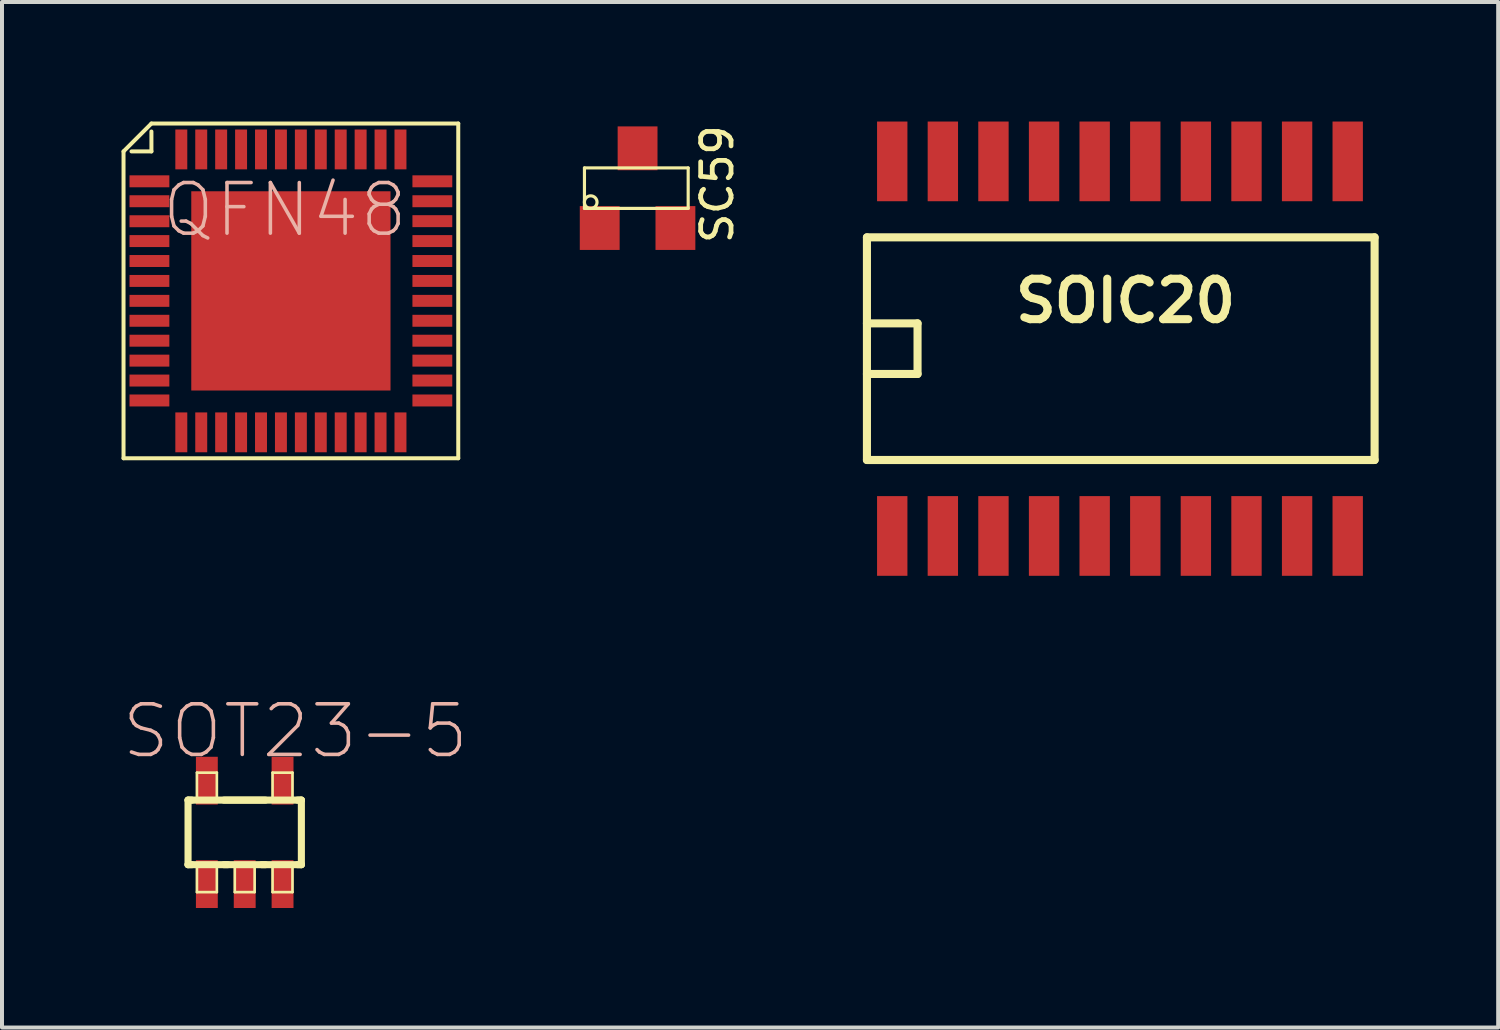
<source format=kicad_pcb>
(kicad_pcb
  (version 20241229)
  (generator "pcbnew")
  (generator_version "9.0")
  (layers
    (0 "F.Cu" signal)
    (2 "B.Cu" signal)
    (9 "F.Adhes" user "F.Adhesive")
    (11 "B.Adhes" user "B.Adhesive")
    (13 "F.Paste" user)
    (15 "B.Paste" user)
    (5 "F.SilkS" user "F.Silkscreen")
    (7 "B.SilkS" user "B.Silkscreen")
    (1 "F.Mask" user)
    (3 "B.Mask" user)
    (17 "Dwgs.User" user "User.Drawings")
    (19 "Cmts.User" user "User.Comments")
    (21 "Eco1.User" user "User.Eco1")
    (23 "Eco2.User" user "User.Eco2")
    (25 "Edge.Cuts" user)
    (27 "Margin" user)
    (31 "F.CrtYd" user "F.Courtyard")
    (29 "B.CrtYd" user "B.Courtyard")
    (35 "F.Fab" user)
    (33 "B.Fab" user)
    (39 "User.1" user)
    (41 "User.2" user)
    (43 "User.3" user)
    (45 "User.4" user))
  (footprint "SC59"
    (layer "F.Cu")
    (at 12.95 1.672)
    (property "Reference" "SC59" (at 1.999 -0.099 90) (layer "F.SilkS") (effects (font (size 0.762 0.762) (thickness 0.119))))
    (attr smd)
    (fp_line (start -1.333 -0.508) (end -1.333 0.508) (stroke (width 0.079) (type solid)) (layer "F.SilkS"))
    (fp_line (start -1.333 -0.508) (end 1.27 -0.508) (stroke (width 0.079) (type solid)) (layer "F.SilkS"))
    (fp_line (start 1.27 -0.508) (end 1.27 0.508) (stroke (width 0.079) (type solid)) (layer "F.SilkS"))
    (fp_line (start 1.27 0.508) (end -1.333 0.508) (stroke (width 0.079) (type solid)) (layer "F.SilkS"))
    (fp_circle (center -1.176 0.351) (end -1.3 0.45) (stroke (width 0.079) (type solid)) (fill no) (layer "F.SilkS"))
    (pad "1" smd rect (at -0.95 1) (size 1 1.1) (layers "F.Cu" "F.Mask" "F.Paste"))
    (pad "2" smd rect (at 0.95 1) (size 1 1.1) (layers "F.Cu" "F.Mask" "F.Paste"))
    (pad "3" smd rect (at 0 -1) (size 1 1.1) (layers "F.Cu" "F.Mask" "F.Paste")))
  (footprint "SOIC20"
    (layer "F.Cu")
    (at 25.056 5.7)
    (property "Reference" "SOIC20" (at 0.14 -1.2 0) (layer "F.SilkS") (effects (font (size 1.016 1.016) (thickness 0.203))))
    (attr smd)
    (fp_line (start -6.35 -2.794) (end -6.35 2.794) (stroke (width 0.203) (type solid)) (layer "F.SilkS"))
    (fp_line (start -6.35 -0.635) (end -5.08 -0.635) (stroke (width 0.203) (type solid)) (layer "F.SilkS"))
    (fp_line (start -6.35 2.794) (end 6.39 2.794) (stroke (width 0.203) (type solid)) (layer "F.SilkS"))
    (fp_line (start -5.08 -0.635) (end -5.08 0.635) (stroke (width 0.203) (type solid)) (layer "F.SilkS"))
    (fp_line (start -5.08 0.635) (end -6.35 0.635) (stroke (width 0.203) (type solid)) (layer "F.SilkS"))
    (fp_line (start 6.39 -2.794) (end -6.35 -2.794) (stroke (width 0.203) (type solid)) (layer "F.SilkS"))
    (fp_line (start 6.39 -2.794) (end 6.39 2.794) (stroke (width 0.203) (type solid)) (layer "F.SilkS"))
    (pad "1" smd rect (at -5.715 4.7) (size 0.762 2) (layers "F.Cu" "F.Mask" "F.Paste"))
    (pad "2" smd rect (at -4.445 4.7) (size 0.762 2) (layers "F.Cu" "F.Mask" "F.Paste"))
    (pad "3" smd rect (at -3.175 4.7) (size 0.762 2) (layers "F.Cu" "F.Mask" "F.Paste"))
    (pad "4" smd rect (at -1.905 4.7) (size 0.762 2) (layers "F.Cu" "F.Mask" "F.Paste"))
    (pad "5" smd rect (at -0.635 4.7) (size 0.762 2) (layers "F.Cu" "F.Mask" "F.Paste"))
    (pad "6" smd rect (at 0.635 4.7) (size 0.762 2) (layers "F.Cu" "F.Mask" "F.Paste"))
    (pad "7" smd rect (at 1.905 4.7) (size 0.762 2) (layers "F.Cu" "F.Mask" "F.Paste"))
    (pad "8" smd rect (at 3.175 4.7) (size 0.762 2) (layers "F.Cu" "F.Mask" "F.Paste"))
    (pad "9" smd rect (at 4.445 4.7) (size 0.762 2) (layers "F.Cu" "F.Mask" "F.Paste"))
    (pad "10" smd rect (at 5.715 4.7) (size 0.762 2) (layers "F.Cu" "F.Mask" "F.Paste"))
    (pad "11" smd rect (at 5.715 -4.7) (size 0.762 2) (layers "F.Cu" "F.Mask" "F.Paste"))
    (pad "12" smd rect (at 4.445 -4.7) (size 0.762 2) (layers "F.Cu" "F.Mask" "F.Paste"))
    (pad "13" smd rect (at 3.175 -4.7) (size 0.762 2) (layers "F.Cu" "F.Mask" "F.Paste"))
    (pad "14" smd rect (at 1.905 -4.7) (size 0.762 2) (layers "F.Cu" "F.Mask" "F.Paste"))
    (pad "15" smd rect (at 0.635 -4.7) (size 0.762 2) (layers "F.Cu" "F.Mask" "F.Paste"))
    (pad "16" smd rect (at -0.635 -4.7) (size 0.762 2) (layers "F.Cu" "F.Mask" "F.Paste"))
    (pad "17" smd rect (at -1.905 -4.7) (size 0.762 2) (layers "F.Cu" "F.Mask" "F.Paste"))
    (pad "18" smd rect (at -3.175 -4.7) (size 0.762 2) (layers "F.Cu" "F.Mask" "F.Paste"))
    (pad "19" smd rect (at -4.445 -4.7) (size 0.762 2) (layers "F.Cu" "F.Mask" "F.Paste"))
    (pad "20" smd rect (at -5.715 -4.7) (size 0.762 2) (layers "F.Cu" "F.Mask" "F.Paste")))
  (footprint "QFN48"
    (layer "F.Cu")
    (at 4.25 4.25)
    (property "Reference" "QFN48" (at -0.152 -2.032 0) (layer "B.SilkS") (effects (font (size 1.27 1.27) (thickness 0.089))))
    (attr smd)
    (fp_line (start -4.2 -3.5) (end -4.2 4.2) (stroke (width 0.1) (type solid)) (layer "F.SilkS"))
    (fp_line (start -4.2 4.2) (end 4.2 4.2) (stroke (width 0.1) (type solid)) (layer "F.SilkS"))
    (fp_line (start -4 -3.5) (end -3.5 -3.5) (stroke (width 0.1) (type solid)) (layer "F.SilkS"))
    (fp_line (start -3.5 -4.2) (end -4.2 -3.5) (stroke (width 0.1) (type solid)) (layer "F.SilkS"))
    (fp_line (start -3.5 -3.5) (end -3.5 -4) (stroke (width 0.1) (type solid)) (layer "F.SilkS"))
    (fp_line (start 4.2 -4.2) (end -3.5 -4.2) (stroke (width 0.1) (type solid)) (layer "F.SilkS"))
    (fp_line (start 4.2 4.2) (end 4.2 -4.2) (stroke (width 0.1) (type solid)) (layer "F.SilkS"))
    (pad "1" smd rect (at -3.55 -2.75) (size 1 0.3) (layers "F.Cu" "F.Mask" "F.Paste"))
    (pad "2" smd rect (at -3.55 -2.25) (size 1 0.3) (layers "F.Cu" "F.Mask" "F.Paste"))
    (pad "3" smd rect (at -3.55 -1.748) (size 1 0.3) (layers "F.Cu" "F.Mask" "F.Paste"))
    (pad "4" smd rect (at -3.55 -1.25) (size 1 0.3) (layers "F.Cu" "F.Mask" "F.Paste"))
    (pad "5" smd rect (at -3.55 -0.75) (size 1 0.3) (layers "F.Cu" "F.Mask" "F.Paste"))
    (pad "6" smd rect (at -3.55 -0.25) (size 1 0.3) (layers "F.Cu" "F.Mask" "F.Paste"))
    (pad "7" smd rect (at -3.55 0.25) (size 1 0.3) (layers "F.Cu" "F.Mask" "F.Paste"))
    (pad "8" smd rect (at -3.55 0.75) (size 1 0.3) (layers "F.Cu" "F.Mask" "F.Paste"))
    (pad "9" smd rect (at -3.55 1.25) (size 1 0.3) (layers "F.Cu" "F.Mask" "F.Paste"))
    (pad "10" smd rect (at -3.55 1.75) (size 1 0.3) (layers "F.Cu" "F.Mask" "F.Paste"))
    (pad "11" smd rect (at -3.55 2.25) (size 1 0.3) (layers "F.Cu" "F.Mask" "F.Paste"))
    (pad "12" smd rect (at -3.55 2.75) (size 1 0.3) (layers "F.Cu" "F.Mask" "F.Paste"))
    (pad "13" smd rect (at -2.75 3.55) (size 0.3 1) (layers "F.Cu" "F.Mask" "F.Paste"))
    (pad "14" smd rect (at -2.25 3.55) (size 0.3 1) (layers "F.Cu" "F.Mask" "F.Paste"))
    (pad "15" smd rect (at -1.75 3.55) (size 0.3 1) (layers "F.Cu" "F.Mask" "F.Paste"))
    (pad "16" smd rect (at -1.25 3.55) (size 0.3 1) (layers "F.Cu" "F.Mask" "F.Paste"))
    (pad "17" smd rect (at -0.75 3.55) (size 0.3 1) (layers "F.Cu" "F.Mask" "F.Paste"))
    (pad "18" smd rect (at -0.25 3.55) (size 0.3 1) (layers "F.Cu" "F.Mask" "F.Paste"))
    (pad "19" smd rect (at 0.25 3.55) (size 0.3 1) (layers "F.Cu" "F.Mask" "F.Paste"))
    (pad "20" smd rect (at 0.75 3.55) (size 0.3 1) (layers "F.Cu" "F.Mask" "F.Paste"))
    (pad "21" smd rect (at 1.25 3.55) (size 0.3 1) (layers "F.Cu" "F.Mask" "F.Paste"))
    (pad "22" smd rect (at 1.75 3.55) (size 0.3 1) (layers "F.Cu" "F.Mask" "F.Paste"))
    (pad "23" smd rect (at 2.25 3.55) (size 0.3 1) (layers "F.Cu" "F.Mask" "F.Paste"))
    (pad "24" smd rect (at 2.75 3.55) (size 0.3 1) (layers "F.Cu" "F.Mask" "F.Paste"))
    (pad "25" smd rect (at 3.55 2.75) (size 1 0.3) (layers "F.Cu" "F.Mask" "F.Paste"))
    (pad "26" smd rect (at 3.55 2.25) (size 1 0.3) (layers "F.Cu" "F.Mask" "F.Paste"))
    (pad "27" smd rect (at 3.55 1.75) (size 1 0.3) (layers "F.Cu" "F.Mask" "F.Paste"))
    (pad "28" smd rect (at 3.55 1.25) (size 1 0.3) (layers "F.Cu" "F.Mask" "F.Paste"))
    (pad "29" smd rect (at 3.55 0.75) (size 1 0.3) (layers "F.Cu" "F.Mask" "F.Paste"))
    (pad "30" smd rect (at 3.55 0.25) (size 1 0.3) (layers "F.Cu" "F.Mask" "F.Paste"))
    (pad "31" smd rect (at 3.55 -0.25) (size 1 0.3) (layers "F.Cu" "F.Mask" "F.Paste"))
    (pad "32" smd rect (at 3.55 -0.75) (size 1 0.3) (layers "F.Cu" "F.Mask" "F.Paste"))
    (pad "33" smd rect (at 3.55 -1.25) (size 1 0.3) (layers "F.Cu" "F.Mask" "F.Paste"))
    (pad "34" smd rect (at 3.55 -1.75) (size 1 0.3) (layers "F.Cu" "F.Mask" "F.Paste"))
    (pad "35" smd rect (at 3.55 -2.25) (size 1 0.3) (layers "F.Cu" "F.Mask" "F.Paste"))
    (pad "36" smd rect (at 3.55 -2.75) (size 1 0.3) (layers "F.Cu" "F.Mask" "F.Paste"))
    (pad "37" smd rect (at 2.75 -3.55) (size 0.3 1) (layers "F.Cu" "F.Mask" "F.Paste"))
    (pad "38" smd rect (at 2.25 -3.55) (size 0.3 1) (layers "F.Cu" "F.Mask" "F.Paste"))
    (pad "39" smd rect (at 1.75 -3.55) (size 0.3 1) (layers "F.Cu" "F.Mask" "F.Paste"))
    (pad "40" smd rect (at 1.25 -3.55) (size 0.3 1) (layers "F.Cu" "F.Mask" "F.Paste"))
    (pad "41" smd rect (at 0.75 -3.55) (size 0.3 1) (layers "F.Cu" "F.Mask" "F.Paste"))
    (pad "42" smd rect (at 0.25 -3.55) (size 0.3 1) (layers "F.Cu" "F.Mask" "F.Paste"))
    (pad "43" smd rect (at -0.25 -3.55) (size 0.3 1) (layers "F.Cu" "F.Mask" "F.Paste"))
    (pad "44" smd rect (at -0.75 -3.55) (size 0.3 1) (layers "F.Cu" "F.Mask" "F.Paste"))
    (pad "45" smd rect (at -1.25 -3.55) (size 0.3 1) (layers "F.Cu" "F.Mask" "F.Paste"))
    (pad "46" smd rect (at -1.75 -3.55) (size 0.3 1) (layers "F.Cu" "F.Mask" "F.Paste"))
    (pad "47" smd rect (at -2.25 -3.55) (size 0.3 1) (layers "F.Cu" "F.Mask" "F.Paste"))
    (pad "48" smd rect (at -2.75 -3.55) (size 0.3 1) (layers "F.Cu" "F.Mask" "F.Paste"))
    (pad "49" smd rect (at -1.125 -1.125) (size 2 2) (layers "F.Cu" "F.Mask" "F.Paste"))
    (pad "49" smd rect (at -1.125 1.125) (size 2 2) (layers "F.Cu" "F.Mask" "F.Paste"))
    (pad "49" smd rect (at 0 0) (size 5 5) (layers "F.Cu" "F.Mask"))
    (pad "49" smd rect (at 1.125 -1.125) (size 2 2) (layers "F.Cu" "F.Mask" "F.Paste"))
    (pad "49" smd rect (at 1.125 1.125) (size 2 2) (layers "F.Cu" "F.Mask" "F.Paste")))
  (footprint "SOT23-5"
    (layer "F.Cu")
    (at 3.091 17.839)
    (property "Reference" "SOT23-5" (at 1.27 -2.54 0) (layer "B.SilkS") (effects (font (size 1.27 1.27) (thickness 0.089))))
    (attr smd)
    (fp_line (start -1.422 -0.81) (end -1.326 -0.81) (stroke (width 0.178) (type solid)) (layer "F.SilkS"))
    (fp_line (start -1.422 -0.81) (end 1.422 -0.81) (stroke (width 0.178) (type solid)) (layer "F.SilkS"))
    (fp_line (start -1.422 0.81) (end -1.422 -0.81) (stroke (width 0.178) (type solid)) (layer "F.SilkS"))
    (fp_line (start -1.326 0.81) (end -1.422 0.81) (stroke (width 0.178) (type solid)) (layer "F.SilkS"))
    (fp_line (start -1.199 -1.499) (end -0.699 -1.499) (stroke (width 0.066) (type solid)) (layer "F.SilkS"))
    (fp_line (start -1.199 -0.848) (end -1.199 -1.499) (stroke (width 0.066) (type solid)) (layer "F.SilkS"))
    (fp_line (start -1.199 -0.848) (end -0.699 -0.848) (stroke (width 0.066) (type solid)) (layer "F.SilkS"))
    (fp_line (start -1.199 0.848) (end -0.699 0.848) (stroke (width 0.066) (type solid)) (layer "F.SilkS"))
    (fp_line (start -1.199 1.499) (end -1.199 0.848) (stroke (width 0.066) (type solid)) (layer "F.SilkS"))
    (fp_line (start -1.199 1.499) (end -0.699 1.499) (stroke (width 0.066) (type solid)) (layer "F.SilkS"))
    (fp_line (start -0.699 -0.848) (end -0.699 -1.499) (stroke (width 0.066) (type solid)) (layer "F.SilkS"))
    (fp_line (start -0.699 1.499) (end -0.699 0.848) (stroke (width 0.066) (type solid)) (layer "F.SilkS"))
    (fp_line (start -0.521 -0.81) (end 0.521 -0.81) (stroke (width 0.178) (type solid)) (layer "F.SilkS"))
    (fp_line (start -0.427 0.81) (end -0.521 0.81) (stroke (width 0.178) (type solid)) (layer "F.SilkS"))
    (fp_line (start -0.249 0.848) (end 0.249 0.848) (stroke (width 0.066) (type solid)) (layer "F.SilkS"))
    (fp_line (start -0.249 1.499) (end -0.249 0.848) (stroke (width 0.066) (type solid)) (layer "F.SilkS"))
    (fp_line (start -0.249 1.499) (end 0.249 1.499) (stroke (width 0.066) (type solid)) (layer "F.SilkS"))
    (fp_line (start 0.249 1.499) (end 0.249 0.848) (stroke (width 0.066) (type solid)) (layer "F.SilkS"))
    (fp_line (start 0.521 0.81) (end 0.427 0.81) (stroke (width 0.178) (type solid)) (layer "F.SilkS"))
    (fp_line (start 0.699 -1.499) (end 1.199 -1.499) (stroke (width 0.066) (type solid)) (layer "F.SilkS"))
    (fp_line (start 0.699 -0.848) (end 0.699 -1.499) (stroke (width 0.066) (type solid)) (layer "F.SilkS"))
    (fp_line (start 0.699 -0.848) (end 1.199 -0.848) (stroke (width 0.066) (type solid)) (layer "F.SilkS"))
    (fp_line (start 0.699 0.848) (end 1.199 0.848) (stroke (width 0.066) (type solid)) (layer "F.SilkS"))
    (fp_line (start 0.699 1.499) (end 0.699 0.848) (stroke (width 0.066) (type solid)) (layer "F.SilkS"))
    (fp_line (start 0.699 1.499) (end 1.199 1.499) (stroke (width 0.066) (type solid)) (layer "F.SilkS"))
    (fp_line (start 1.199 -0.848) (end 1.199 -1.499) (stroke (width 0.066) (type solid)) (layer "F.SilkS"))
    (fp_line (start 1.199 1.499) (end 1.199 0.848) (stroke (width 0.066) (type solid)) (layer "F.SilkS"))
    (fp_line (start 1.326 -0.81) (end 1.422 -0.81) (stroke (width 0.178) (type solid)) (layer "F.SilkS"))
    (fp_line (start 1.422 -0.81) (end 1.422 0.81) (stroke (width 0.178) (type solid)) (layer "F.SilkS"))
    (fp_line (start 1.422 0.81) (end -1.422 0.81) (stroke (width 0.178) (type solid)) (layer "F.SilkS"))
    (fp_line (start 1.422 0.81) (end 1.326 0.81) (stroke (width 0.178) (type solid)) (layer "F.SilkS"))
    (pad "1" smd rect (at -0.95 1.298) (size 0.549 1.199) (layers "F.Cu" "F.Mask" "F.Paste"))
    (pad "2" smd rect (at 0 1.298) (size 0.549 1.199) (layers "F.Cu" "F.Mask" "F.Paste"))
    (pad "3" smd rect (at 0.95 1.298) (size 0.549 1.199) (layers "F.Cu" "F.Mask" "F.Paste"))
    (pad "4" smd rect (at 0.95 -1.298) (size 0.549 1.199) (layers "F.Cu" "F.Mask" "F.Paste"))
    (pad "5" smd rect (at -0.95 -1.298) (size 0.549 1.199) (layers "F.Cu" "F.Mask" "F.Paste")))
  (gr_rect
    (start -3 -3)
    (end 34.547 22.736)
    (stroke (width 0.1) (type default))
    (fill no)
    (layer "Edge.Cuts")))
</source>
